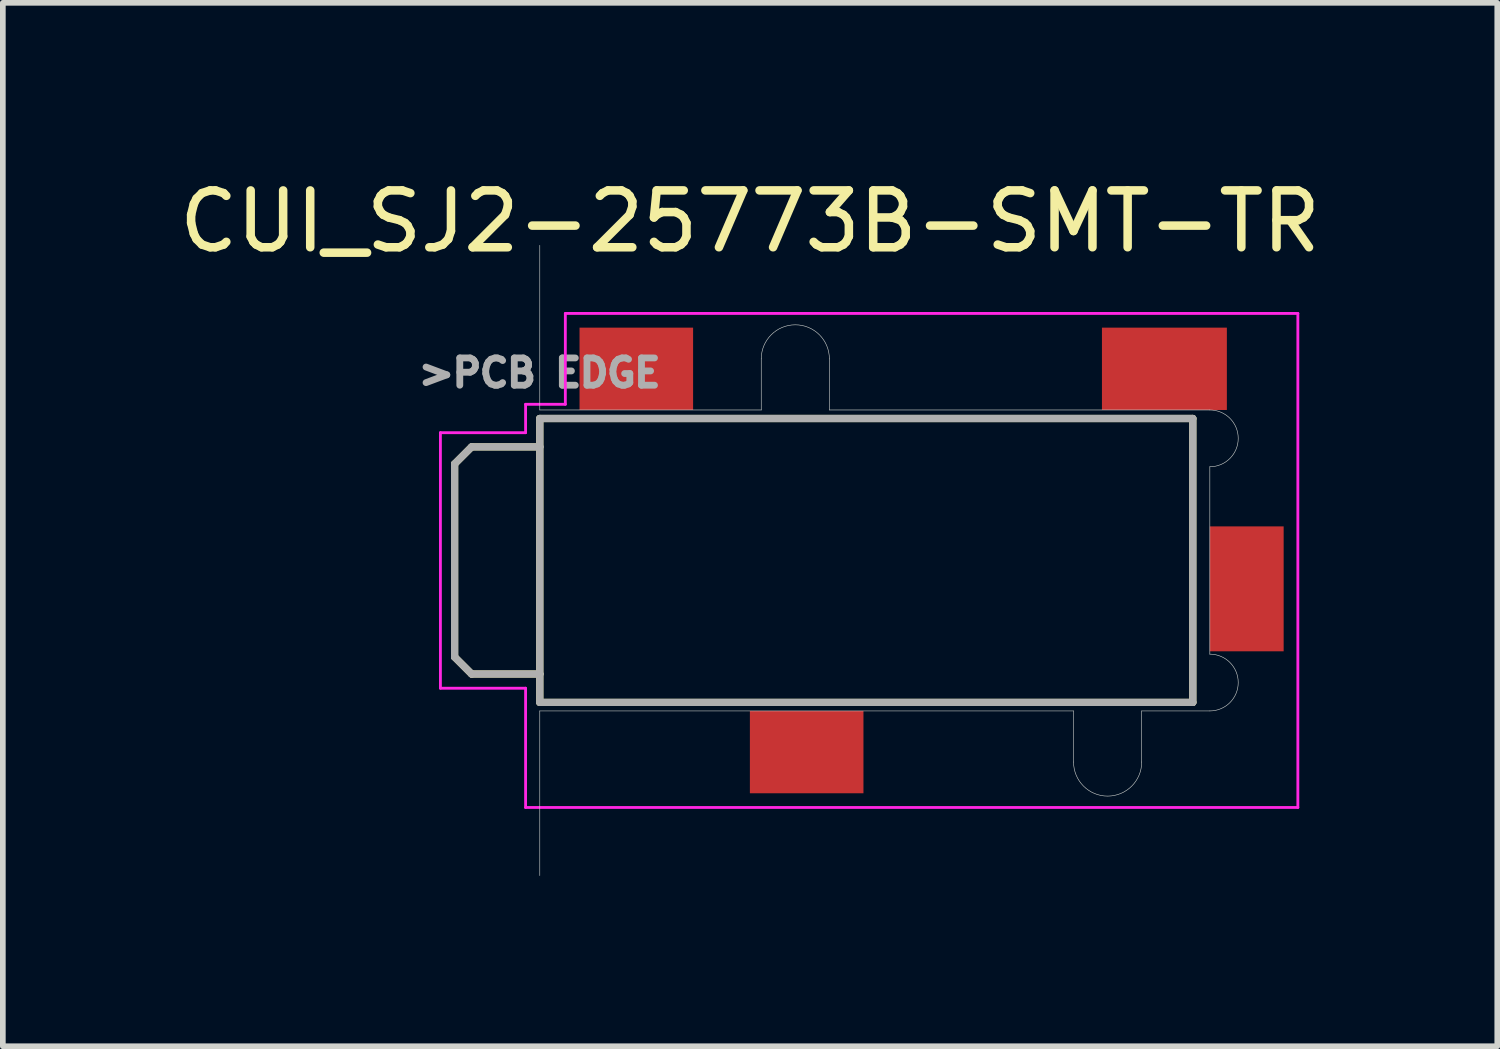
<source format=kicad_pcb>
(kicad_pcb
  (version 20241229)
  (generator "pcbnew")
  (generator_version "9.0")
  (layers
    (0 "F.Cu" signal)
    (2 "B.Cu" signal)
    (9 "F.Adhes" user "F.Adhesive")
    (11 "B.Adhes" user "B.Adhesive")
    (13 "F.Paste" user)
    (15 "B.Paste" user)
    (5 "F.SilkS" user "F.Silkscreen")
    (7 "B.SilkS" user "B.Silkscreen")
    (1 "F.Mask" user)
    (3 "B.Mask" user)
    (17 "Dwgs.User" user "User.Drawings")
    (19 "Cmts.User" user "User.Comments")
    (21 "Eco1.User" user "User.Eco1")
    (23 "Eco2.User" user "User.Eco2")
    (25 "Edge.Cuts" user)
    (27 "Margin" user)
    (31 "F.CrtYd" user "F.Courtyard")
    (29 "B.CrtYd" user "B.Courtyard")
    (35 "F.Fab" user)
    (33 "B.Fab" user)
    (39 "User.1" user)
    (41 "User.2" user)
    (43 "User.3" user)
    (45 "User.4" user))
  (footprint "CUI_SJ2-25773B-SMT-TR"
    (layer "F.Cu")
    (at 12.206 6.82)
    (property "Reference" "CUI_SJ2-25773B-SMT-TR" (at -2.047 -5.971 0) (layer "F.SilkS") (effects (font (size 1.001 1.001) (thickness 0.15))))
    (attr smd)
    (fp_line (start -7.25 -1.7) (end -7.25 1.7) (stroke (width 0.127) (type solid)) (layer "F.SilkS"))
    (fp_line (start -7.25 1.7) (end -6.95 2) (stroke (width 0.127) (type solid)) (layer "F.SilkS"))
    (fp_line (start -6.95 -2) (end -7.25 -1.7) (stroke (width 0.127) (type solid)) (layer "F.SilkS"))
    (fp_line (start -6.95 2) (end -5.75 2) (stroke (width 0.127) (type solid)) (layer "F.SilkS"))
    (fp_line (start -5.75 -2.5) (end 5.75 -2.5) (stroke (width 0.127) (type solid)) (layer "F.SilkS"))
    (fp_line (start -5.75 -2) (end -6.95 -2) (stroke (width 0.127) (type solid)) (layer "F.SilkS"))
    (fp_line (start -5.75 2) (end -5.75 -2.5) (stroke (width 0.127) (type solid)) (layer "F.SilkS"))
    (fp_line (start -5.75 2.5) (end -5.75 2) (stroke (width 0.127) (type solid)) (layer "F.SilkS"))
    (fp_line (start 5.75 -2.5) (end 5.75 2.5) (stroke (width 0.127) (type solid)) (layer "F.SilkS"))
    (fp_line (start 5.75 2.5) (end -5.75 2.5) (stroke (width 0.127) (type solid)) (layer "F.SilkS"))
    (fp_line (start -5.75 -2.65) (end -5.75 -5.55) (stroke (width 0.01) (type solid)) (layer "Edge.Cuts"))
    (fp_line (start -5.75 -2.65) (end -1.85 -2.65) (stroke (width 0.01) (type solid)) (layer "Edge.Cuts"))
    (fp_line (start -5.75 2.65) (end -5.75 5.55) (stroke (width 0.01) (type solid)) (layer "Edge.Cuts"))
    (fp_line (start -5.75 2.65) (end 3.65 2.65) (stroke (width 0.01) (type solid)) (layer "Edge.Cuts"))
    (fp_line (start -1.85 -2.65) (end -1.85 -3.55) (stroke (width 0.01) (type solid)) (layer "Edge.Cuts"))
    (fp_line (start -0.65 -3.55) (end -0.65 -2.65) (stroke (width 0.01) (type solid)) (layer "Edge.Cuts"))
    (fp_line (start -0.65 -2.65) (end 6.05 -2.65) (stroke (width 0.01) (type solid)) (layer "Edge.Cuts"))
    (fp_line (start 3.65 2.65) (end 3.65 3.55) (stroke (width 0.01) (type solid)) (layer "Edge.Cuts"))
    (fp_line (start 4.85 2.65) (end 4.85 3.55) (stroke (width 0.01) (type solid)) (layer "Edge.Cuts"))
    (fp_line (start 4.85 2.65) (end 6.05 2.65) (stroke (width 0.01) (type solid)) (layer "Edge.Cuts"))
    (fp_line (start 6.05 1.65) (end 6.05 -1.65) (stroke (width 0.01) (type solid)) (layer "Edge.Cuts"))
    (fp_arc (start -1.85 -3.55) (mid -1.25 -4.15) (end -0.65 -3.55) (stroke (width 0.01) (type solid)) (layer "Edge.Cuts"))
    (fp_arc (start 4.85 3.55) (mid 4.25 4.15) (end 3.65 3.55) (stroke (width 0.01) (type solid)) (layer "Edge.Cuts"))
    (fp_arc (start 6.05 -2.65) (mid 6.55 -2.15) (end 6.05 -1.65) (stroke (width 0.01) (type solid)) (layer "Edge.Cuts"))
    (fp_arc (start 6.05 1.65) (mid 6.55 2.15) (end 6.05 2.65) (stroke (width 0.01) (type solid)) (layer "Edge.Cuts"))
    (fp_line (start -7.5 -2.25) (end -6 -2.25) (stroke (width 0.05) (type solid)) (layer "F.CrtYd"))
    (fp_line (start -7.5 2.25) (end -7.5 -2.25) (stroke (width 0.05) (type solid)) (layer "F.CrtYd"))
    (fp_line (start -6 -2.75) (end -5.3 -2.75) (stroke (width 0.05) (type solid)) (layer "F.CrtYd"))
    (fp_line (start -6 -2.25) (end -6 -2.75) (stroke (width 0.05) (type solid)) (layer "F.CrtYd"))
    (fp_line (start -6 2.25) (end -7.5 2.25) (stroke (width 0.05) (type solid)) (layer "F.CrtYd"))
    (fp_line (start -6 4.35) (end -6 2.25) (stroke (width 0.05) (type solid)) (layer "F.CrtYd"))
    (fp_line (start -5.3 -4.35) (end 7.6 -4.35) (stroke (width 0.05) (type solid)) (layer "F.CrtYd"))
    (fp_line (start -5.3 -2.75) (end -5.3 -4.35) (stroke (width 0.05) (type solid)) (layer "F.CrtYd"))
    (fp_line (start 7.6 -4.35) (end 7.6 4.35) (stroke (width 0.05) (type solid)) (layer "F.CrtYd"))
    (fp_line (start 7.6 4.35) (end -6 4.35) (stroke (width 0.05) (type solid)) (layer "F.CrtYd"))
    (fp_line (start -7.25 -1.7) (end -7.25 1.7) (stroke (width 0.127) (type solid)) (layer "F.Fab"))
    (fp_line (start -7.25 -1.7) (end -6.95 -2) (stroke (width 0.127) (type solid)) (layer "F.Fab"))
    (fp_line (start -7.25 1.7) (end -6.95 2) (stroke (width 0.127) (type solid)) (layer "F.Fab"))
    (fp_line (start -6.95 2) (end -5.75 2) (stroke (width 0.127) (type solid)) (layer "F.Fab"))
    (fp_line (start -5.75 -2.5) (end 5.75 -2.5) (stroke (width 0.127) (type solid)) (layer "F.Fab"))
    (fp_line (start -5.75 -2) (end -6.95 -2) (stroke (width 0.127) (type solid)) (layer "F.Fab"))
    (fp_line (start -5.75 -2) (end -5.75 -2.5) (stroke (width 0.127) (type solid)) (layer "F.Fab"))
    (fp_line (start -5.75 2) (end -5.75 -2) (stroke (width 0.127) (type solid)) (layer "F.Fab"))
    (fp_line (start -5.75 2.5) (end -5.75 2) (stroke (width 0.127) (type solid)) (layer "F.Fab"))
    (fp_line (start 5.75 -2.5) (end 5.75 2.5) (stroke (width 0.127) (type solid)) (layer "F.Fab"))
    (fp_line (start 5.75 2.5) (end -5.75 2.5) (stroke (width 0.127) (type solid)) (layer "F.Fab"))
    (fp_text user ">PCB EDGE" (at -5.753 -3.302 0) (layer "F.Fab") (effects (font (size 0.48 0.48) (thickness 0.15))))
    (pad "2" smd rect (at 5.25 -3.375) (size 2.2 1.45) (layers "F.Cu" "F.Mask" "F.Paste"))
    (pad "3" smd rect (at -1.05 3.375) (size 2 1.45) (layers "F.Cu" "F.Mask" "F.Paste"))
    (pad "4" smd rect (at -4.05 -3.375) (size 2 1.45) (layers "F.Cu" "F.Mask" "F.Paste"))
    (pad "10" smd rect (at 6.7 0.5) (size 1.3 2.2) (layers "F.Cu" "F.Mask" "F.Paste")))
  (gr_rect
    (start -3 -3)
    (end 23.318 15.375)
    (stroke (width 0.1) (type default))
    (fill no)
    (layer "Edge.Cuts")))
</source>
